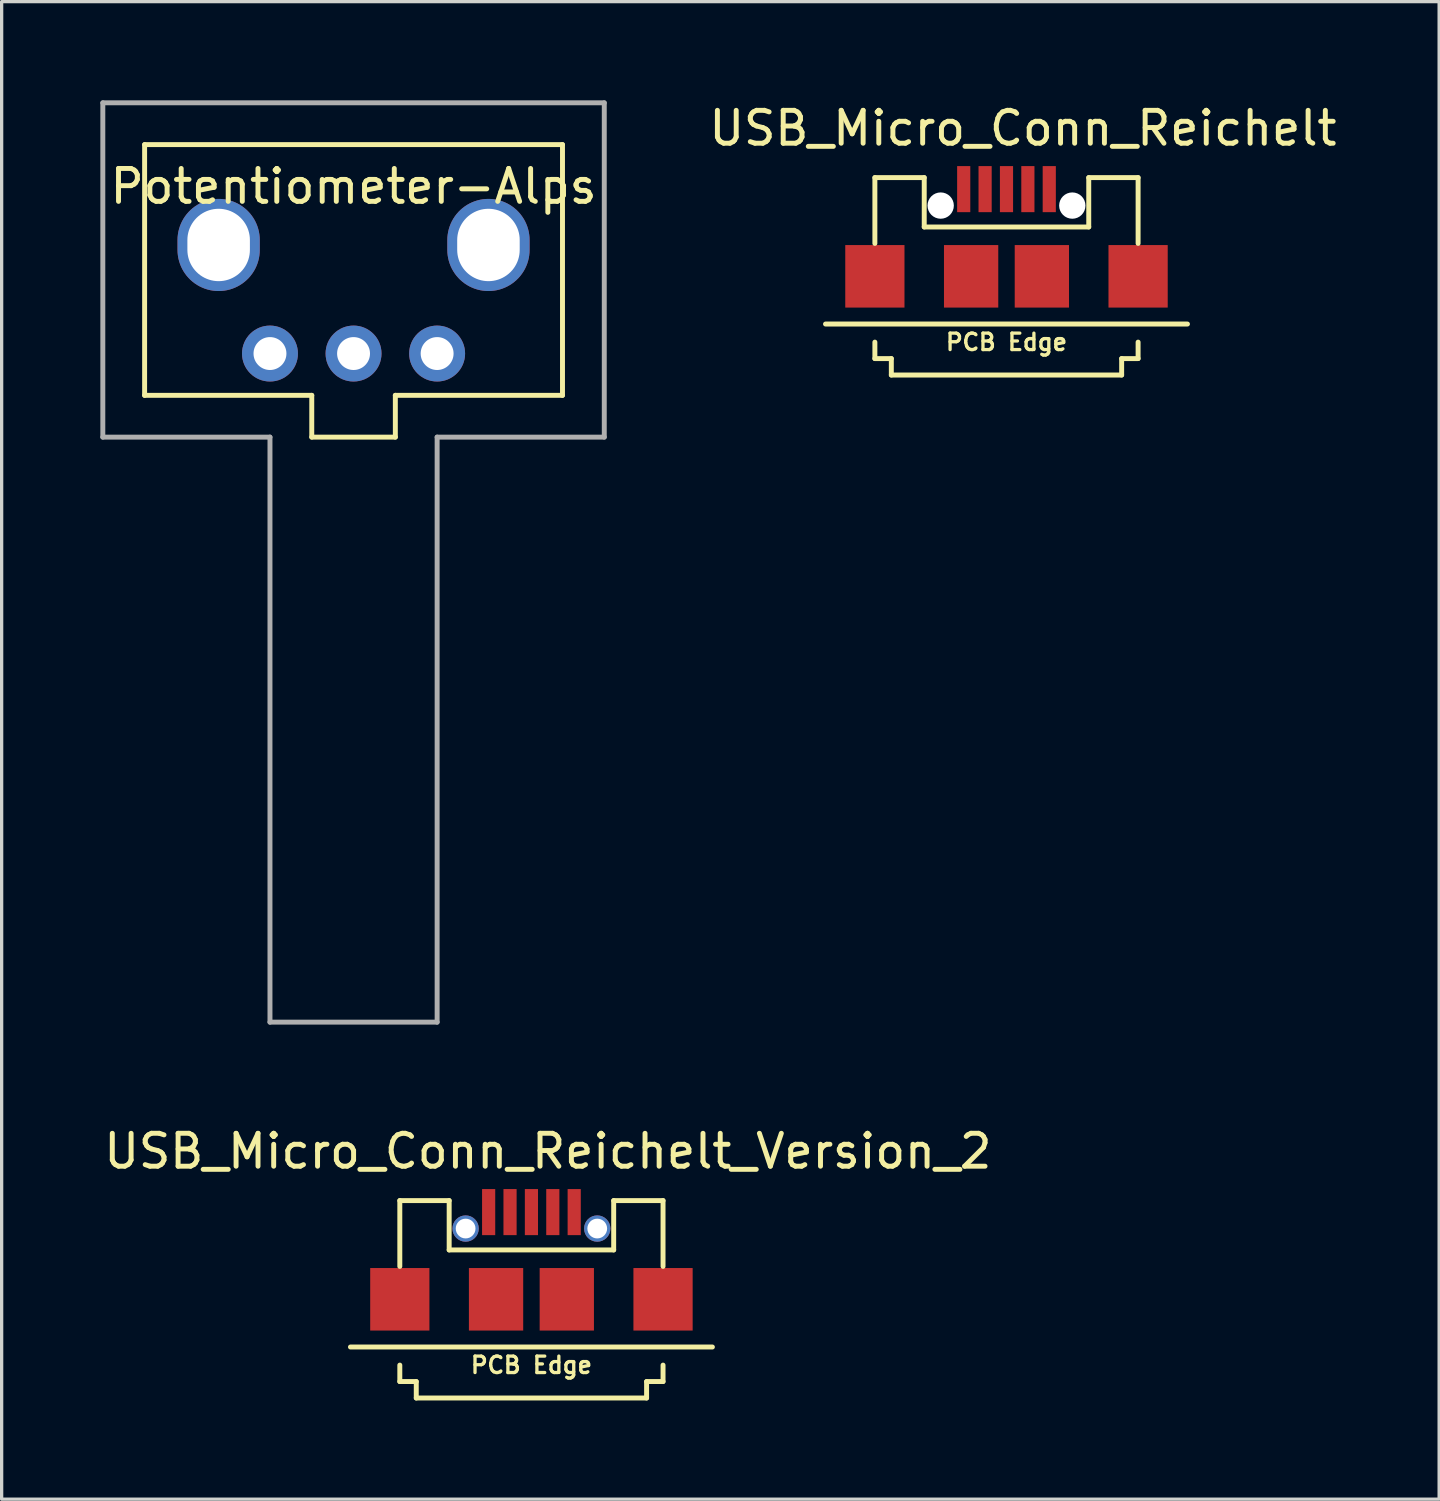
<source format=kicad_pcb>
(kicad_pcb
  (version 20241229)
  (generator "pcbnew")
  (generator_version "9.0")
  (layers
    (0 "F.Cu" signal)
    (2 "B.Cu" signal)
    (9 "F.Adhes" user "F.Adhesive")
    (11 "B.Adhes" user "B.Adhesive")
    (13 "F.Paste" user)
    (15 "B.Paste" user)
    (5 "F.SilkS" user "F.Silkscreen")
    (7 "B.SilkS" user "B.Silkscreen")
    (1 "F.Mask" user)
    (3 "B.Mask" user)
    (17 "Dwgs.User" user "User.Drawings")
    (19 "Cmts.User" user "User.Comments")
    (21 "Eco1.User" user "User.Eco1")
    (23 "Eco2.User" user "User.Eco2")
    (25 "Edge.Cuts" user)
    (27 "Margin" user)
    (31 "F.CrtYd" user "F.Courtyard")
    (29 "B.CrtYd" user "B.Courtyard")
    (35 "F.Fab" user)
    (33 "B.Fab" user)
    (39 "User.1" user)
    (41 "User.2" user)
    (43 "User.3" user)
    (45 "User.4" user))
  (footprint "USB_Micro_Conn_Reichelt"
    (layer "F.Cu")
    (at 27.539 5.348)
    (property "Reference" "USB_Micro_Conn_Reichelt" (at 0.5 -4.5 0) (layer "F.SilkS") (effects (font (size 1 1) (thickness 0.15))))
    (attr through_hole)
    (fp_line (start -5.5 1.45) (end 5.5 1.45) (stroke (width 0.15) (type solid)) (layer "F.SilkS"))
    (fp_line (start -4 -3) (end -4 -1) (stroke (width 0.15) (type solid)) (layer "F.SilkS"))
    (fp_line (start -4 2) (end -4 2.5) (stroke (width 0.15) (type solid)) (layer "F.SilkS"))
    (fp_line (start -4 2.5) (end -3.5 2.5) (stroke (width 0.15) (type solid)) (layer "F.SilkS"))
    (fp_line (start -3.5 2.5) (end -3.5 3) (stroke (width 0.15) (type solid)) (layer "F.SilkS"))
    (fp_line (start -3.5 3) (end 3.5 3) (stroke (width 0.15) (type solid)) (layer "F.SilkS"))
    (fp_line (start -2.5 -3) (end -4 -3) (stroke (width 0.15) (type solid)) (layer "F.SilkS"))
    (fp_line (start -2.5 -3) (end -2.5 -1.5) (stroke (width 0.15) (type solid)) (layer "F.SilkS"))
    (fp_line (start -2.5 -1.5) (end 2.5 -1.5) (stroke (width 0.15) (type solid)) (layer "F.SilkS"))
    (fp_line (start 2.5 -3) (end 4 -3) (stroke (width 0.15) (type solid)) (layer "F.SilkS"))
    (fp_line (start 2.5 -1.5) (end 2.5 -3) (stroke (width 0.15) (type solid)) (layer "F.SilkS"))
    (fp_line (start 3.5 2.5) (end 4 2.5) (stroke (width 0.15) (type solid)) (layer "F.SilkS"))
    (fp_line (start 3.5 3) (end 3.5 2.5) (stroke (width 0.15) (type solid)) (layer "F.SilkS"))
    (fp_line (start 4 -3) (end 4 -1) (stroke (width 0.15) (type solid)) (layer "F.SilkS"))
    (fp_line (start 4 2.5) (end 4 2) (stroke (width 0.15) (type solid)) (layer "F.SilkS"))
    (fp_text user "PCB Edge" (at 0 2 0) (layer "F.SilkS") (effects (font (size 0.5 0.5) (thickness 0.1))))
    (pad "" np_thru_hole circle (at -2 -2.15) (size 0.8 0.8) (drill 0.8) (layers "*.Cu"))
    (pad "" smd rect (at -1.075 0) (size 1.65 1.9) (layers "F.Cu" "F.Mask" "F.Paste"))
    (pad "" smd rect (at 1.075 0) (size 1.65 1.9) (layers "F.Cu" "F.Mask" "F.Paste"))
    (pad "" np_thru_hole circle (at 2 -2.15) (size 0.8 0.8) (drill 0.8) (layers "*.Cu"))
    (pad "1" smd rect (at -1.3 -2.65) (size 0.4 1.4) (layers "F.Cu" "F.Mask" "F.Paste"))
    (pad "2" smd rect (at -0.65 -2.65) (size 0.4 1.4) (layers "F.Cu" "F.Mask" "F.Paste"))
    (pad "3" smd rect (at 0 -2.65) (size 0.4 1.4) (layers "F.Cu" "F.Mask" "F.Paste"))
    (pad "4" smd rect (at 0.65 -2.65) (size 0.4 1.4) (layers "F.Cu" "F.Mask" "F.Paste"))
    (pad "5" smd rect (at 1.3 -2.65) (size 0.4 1.4) (layers "F.Cu" "F.Mask" "F.Paste"))
    (pad "6" smd rect (at -4 0) (size 1.8 1.9) (layers "F.Cu" "F.Mask" "F.Paste"))
    (pad "6" smd rect (at 4 0) (size 1.8 1.9) (layers "F.Cu" "F.Mask" "F.Paste")))
  (footprint "Potentiometer-Alps"
    (layer "F.Cu")
    (at 7.695 5.155)
    (property "Reference" "Potentiometer-Alps" (at 0 -2.54 0) (layer "F.SilkS") (effects (font (size 1 1) (thickness 0.15))))
    (attr smd)
    (fp_line (start -6.35 -3.81) (end -6.35 3.81) (stroke (width 0.15) (type solid)) (layer "F.SilkS"))
    (fp_line (start -6.35 3.81) (end -1.27 3.81) (stroke (width 0.15) (type solid)) (layer "F.SilkS"))
    (fp_line (start -1.27 3.81) (end -1.27 5.08) (stroke (width 0.15) (type solid)) (layer "F.SilkS"))
    (fp_line (start -1.27 5.08) (end 1.27 5.08) (stroke (width 0.15) (type solid)) (layer "F.SilkS"))
    (fp_line (start 1.27 3.81) (end 6.35 3.81) (stroke (width 0.15) (type solid)) (layer "F.SilkS"))
    (fp_line (start 1.27 5.08) (end 1.27 3.81) (stroke (width 0.15) (type solid)) (layer "F.SilkS"))
    (fp_line (start 6.35 -3.81) (end -6.35 -3.81) (stroke (width 0.15) (type solid)) (layer "F.SilkS"))
    (fp_line (start 6.35 3.81) (end 6.35 -3.81) (stroke (width 0.15) (type solid)) (layer "F.SilkS"))
    (fp_line (start -7.62 -5.08) (end -7.62 5.08) (stroke (width 0.15) (type solid)) (layer "F.Fab"))
    (fp_line (start -7.62 -5.08) (end 7.62 -5.08) (stroke (width 0.15) (type solid)) (layer "F.Fab"))
    (fp_line (start -7.62 5.08) (end -2.54 5.08) (stroke (width 0.15) (type solid)) (layer "F.Fab"))
    (fp_line (start -2.54 5.08) (end -2.54 22.86) (stroke (width 0.15) (type solid)) (layer "F.Fab"))
    (fp_line (start -2.54 22.86) (end 2.54 22.86) (stroke (width 0.15) (type solid)) (layer "F.Fab"))
    (fp_line (start 2.54 5.08) (end 2.54 22.86) (stroke (width 0.15) (type solid)) (layer "F.Fab"))
    (fp_line (start 7.62 -5.08) (end 7.62 5.08) (stroke (width 0.15) (type solid)) (layer "F.Fab"))
    (fp_line (start 7.62 5.08) (end 2.54 5.08) (stroke (width 0.15) (type solid)) (layer "F.Fab"))
    (pad "" np_thru_hole oval (at -4.1 -0.76) (size 2.5 2.8) (drill oval 1.9 2.2) (layers "*.Cu" "*.Mask"))
    (pad "" np_thru_hole oval (at 4.1 -0.76) (size 2.5 2.8) (drill oval 1.9 2.2) (layers "*.Cu" "*.Mask"))
    (pad "1" thru_hole circle (at -2.54 2.54) (size 1.7 1.7) (drill 1) (layers "*.Cu" "*.Mask"))
    (pad "2" thru_hole circle (at 0 2.54) (size 1.7 1.7) (drill 1) (layers "*.Cu" "*.Mask"))
    (pad "3" thru_hole circle (at 2.54 2.54) (size 1.7 1.7) (drill 1) (layers "*.Cu" "*.Mask")))
  (footprint "USB_Micro_Conn_Reichelt_Version_2"
    (layer "F.Cu")
    (at 13.101 36.438)
    (property "Reference" "USB_Micro_Conn_Reichelt_Version_2" (at 0.5 -4.5 0) (layer "F.SilkS") (effects (font (size 1 1) (thickness 0.15))))
    (attr through_hole)
    (fp_line (start -5.5 1.45) (end 5.5 1.45) (stroke (width 0.15) (type solid)) (layer "F.SilkS"))
    (fp_line (start -4 -3) (end -4 -1) (stroke (width 0.15) (type solid)) (layer "F.SilkS"))
    (fp_line (start -4 2) (end -4 2.5) (stroke (width 0.15) (type solid)) (layer "F.SilkS"))
    (fp_line (start -4 2.5) (end -3.5 2.5) (stroke (width 0.15) (type solid)) (layer "F.SilkS"))
    (fp_line (start -3.5 2.5) (end -3.5 3) (stroke (width 0.15) (type solid)) (layer "F.SilkS"))
    (fp_line (start -3.5 3) (end 3.5 3) (stroke (width 0.15) (type solid)) (layer "F.SilkS"))
    (fp_line (start -2.5 -3) (end -4 -3) (stroke (width 0.15) (type solid)) (layer "F.SilkS"))
    (fp_line (start -2.5 -3) (end -2.5 -1.5) (stroke (width 0.15) (type solid)) (layer "F.SilkS"))
    (fp_line (start -2.5 -1.5) (end 2.5 -1.5) (stroke (width 0.15) (type solid)) (layer "F.SilkS"))
    (fp_line (start 2.5 -3) (end 4 -3) (stroke (width 0.15) (type solid)) (layer "F.SilkS"))
    (fp_line (start 2.5 -1.5) (end 2.5 -3) (stroke (width 0.15) (type solid)) (layer "F.SilkS"))
    (fp_line (start 3.5 2.5) (end 4 2.5) (stroke (width 0.15) (type solid)) (layer "F.SilkS"))
    (fp_line (start 3.5 3) (end 3.5 2.5) (stroke (width 0.15) (type solid)) (layer "F.SilkS"))
    (fp_line (start 4 -3) (end 4 -1) (stroke (width 0.15) (type solid)) (layer "F.SilkS"))
    (fp_line (start 4 2.5) (end 4 2) (stroke (width 0.15) (type solid)) (layer "F.SilkS"))
    (fp_text user "PCB Edge" (at 0 2 0) (layer "F.SilkS") (effects (font (size 0.5 0.5) (thickness 0.1))))
    (pad "" np_thru_hole circle (at -2 -2.15) (size 0.8 0.8) (drill 0.6) (layers "*.Cu"))
    (pad "" smd rect (at -1.075 0) (size 1.65 1.9) (layers "F.Cu" "F.Mask" "F.Paste"))
    (pad "" smd rect (at 1.075 0) (size 1.65 1.9) (layers "F.Cu" "F.Mask" "F.Paste"))
    (pad "" np_thru_hole circle (at 2 -2.15) (size 0.8 0.8) (drill 0.6) (layers "*.Cu"))
    (pad "1" smd rect (at -1.3 -2.65) (size 0.4 1.4) (layers "F.Cu" "F.Mask" "F.Paste"))
    (pad "2" smd rect (at -0.65 -2.65) (size 0.4 1.4) (layers "F.Cu" "F.Mask" "F.Paste"))
    (pad "3" smd rect (at 0 -2.65) (size 0.4 1.4) (layers "F.Cu" "F.Mask" "F.Paste"))
    (pad "4" smd rect (at 0.65 -2.65) (size 0.4 1.4) (layers "F.Cu" "F.Mask" "F.Paste"))
    (pad "5" smd rect (at 1.3 -2.65) (size 0.4 1.4) (layers "F.Cu" "F.Mask" "F.Paste"))
    (pad "6" smd rect (at -4 0) (size 1.8 1.9) (layers "F.Cu" "F.Mask" "F.Paste"))
    (pad "6" smd rect (at 4 0) (size 1.8 1.9) (layers "F.Cu" "F.Mask" "F.Paste")))
  (gr_rect
    (start -3 -3)
    (end 40.688 42.513)
    (stroke (width 0.1) (type default))
    (fill no)
    (layer "Edge.Cuts")))
</source>
